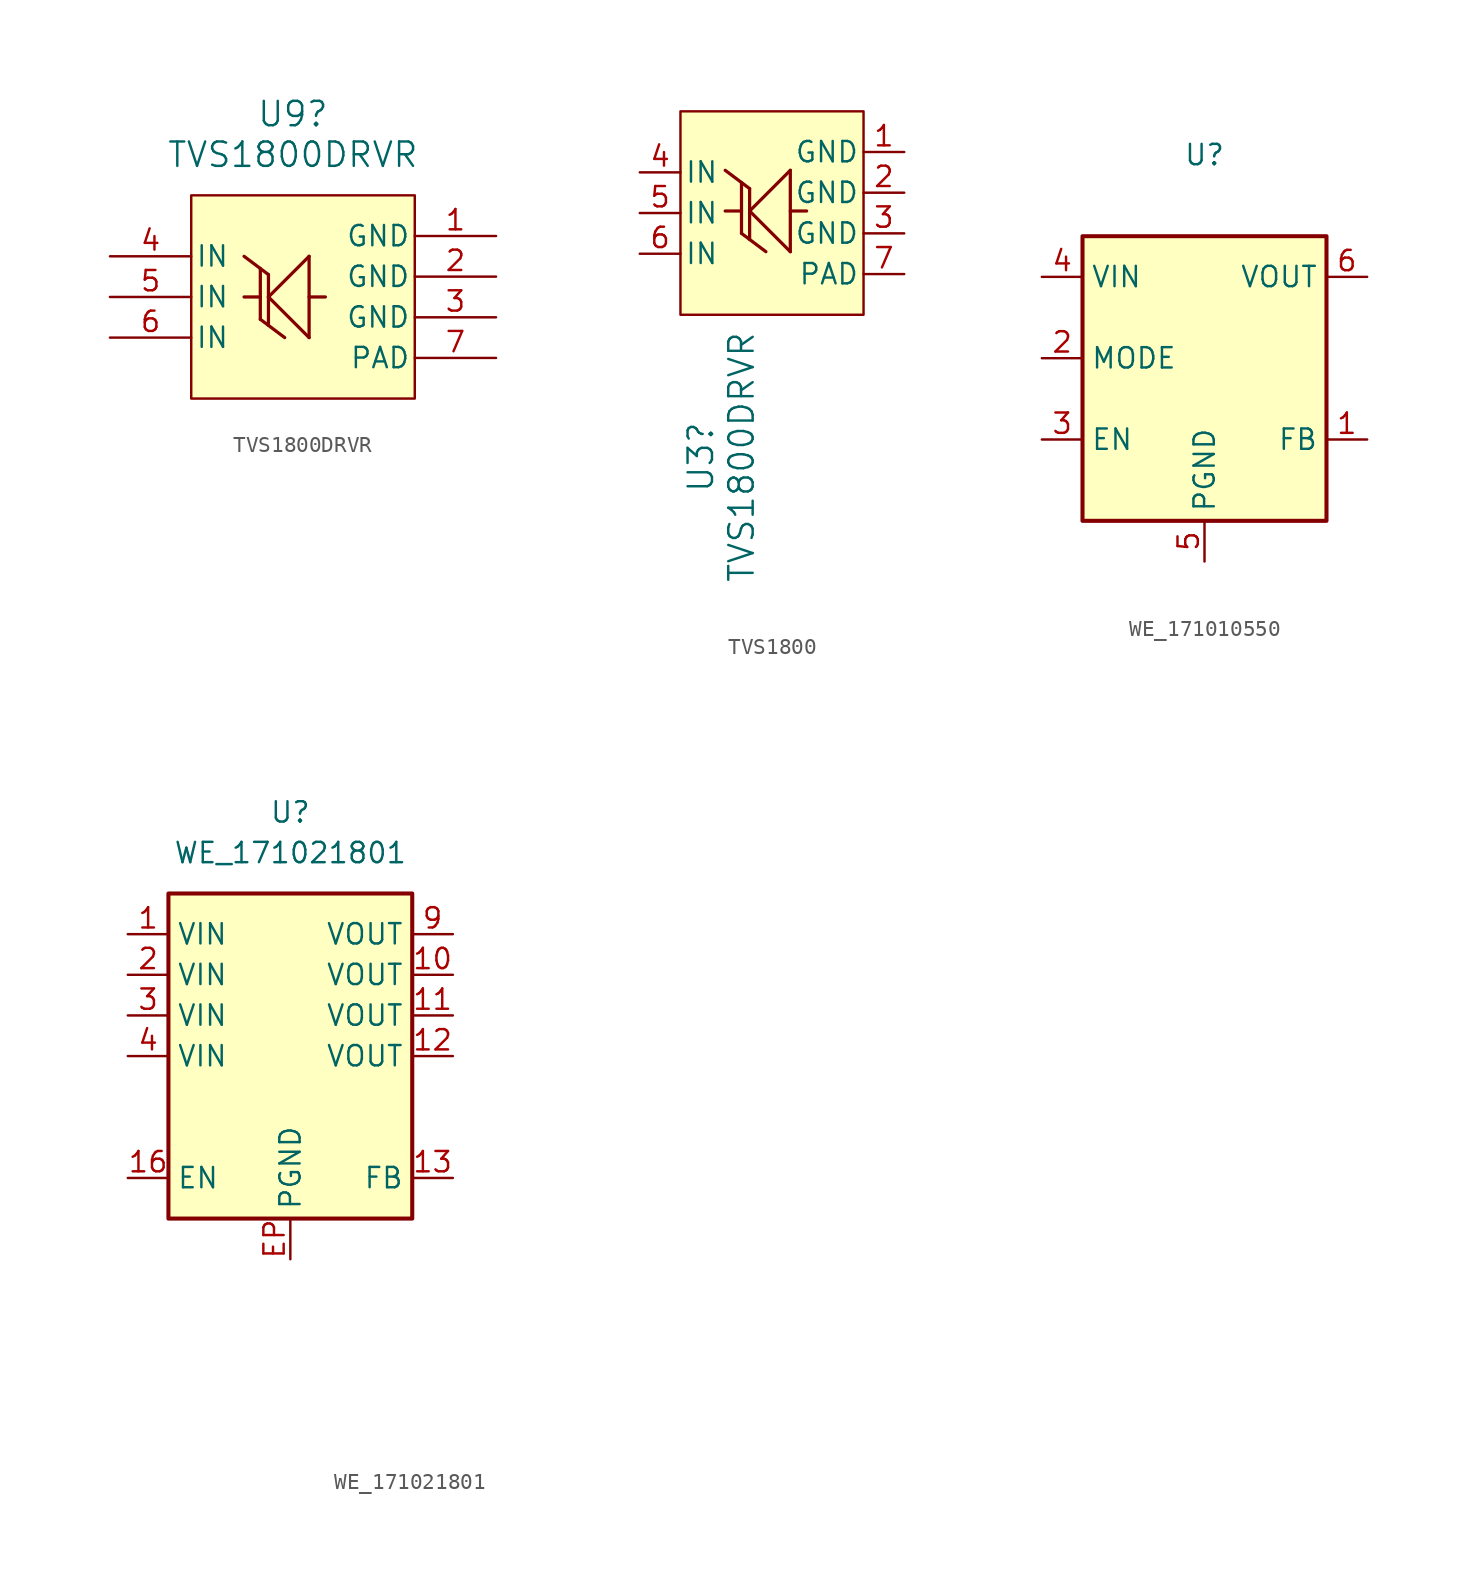
<source format=kicad_sym>
(kicad_symbol_lib
  (version 20220914)
  (generator kicad_symbol_editor)
  (symbol "TVS1800DRVR"
    (pin_names
      (offset 0.254))
    (property "Reference" "U9"
      (at 0 11.43 0)
      (effects (font (size 1.524 1.524))))
    (property "Value" "TVS1800DRVR"
      (at 0 8.89 0)
      (effects (font (size 1.524 1.524))))
    (property "ki_locked" ""
      (at 0 0 0)
      (effects (font (size 1.27 1.27))))
    (symbol "TVS1800DRVR_0_1"
      (polyline (pts (xy -2.032 -1.397) (xy -0.508 -2.54)) (stroke (width 0.203) (type default)) (fill (type none)))
      (polyline (pts (xy -2.032 0) (xy -3.048 0)) (stroke (width 0.203) (type default)) (fill (type none)))
      (polyline (pts (xy -2.032 0) (xy -2.032 -1.397)) (stroke (width 0.203) (type default)) (fill (type none)))
      (polyline (pts (xy -2.032 1.778) (xy -2.032 0)) (stroke (width 0.203) (type default)) (fill (type none)))
      (polyline (pts (xy -1.524 -1.778) (xy -1.524 0)) (stroke (width 0.203) (type default)) (fill (type none)))
      (polyline (pts (xy -1.524 0) (xy -1.524 1.397)) (stroke (width 0.203) (type default)) (fill (type none)))
      (polyline (pts (xy -1.524 0) (xy 1.016 -2.54)) (stroke (width 0.203) (type default)) (fill (type none)))
      (polyline (pts (xy -1.524 1.397) (xy -3.048 2.54)) (stroke (width 0.203) (type default)) (fill (type none)))
      (polyline (pts (xy 1.016 -2.54) (xy 1.016 2.54)) (stroke (width 0.203) (type default)) (fill (type none)))
      (polyline (pts (xy 1.016 2.54) (xy -1.524 0)) (stroke (width 0.203) (type default)) (fill (type none)))
      (polyline (pts (xy 2.032 0) (xy 1.016 0)) (stroke (width 0.203) (type default)) (fill (type none)))
      (pin unspecified line (at 12.7 3.81 180) (length 5.08) (name "GND" (effects (font (size 1.27 1.27)))) (number "1" (effects (font (size 1.27 1.27)))))
      (pin unspecified line (at 12.7 1.27 180) (length 5.08) (name "GND" (effects (font (size 1.27 1.27)))) (number "2" (effects (font (size 1.27 1.27)))))
      (pin unspecified line (at 12.7 -1.27 180) (length 5.08) (name "GND" (effects (font (size 1.27 1.27)))) (number "3" (effects (font (size 1.27 1.27)))))
      (pin unspecified line (at -11.43 2.54 0) (length 5.08) (name "IN" (effects (font (size 1.27 1.27)))) (number "4" (effects (font (size 1.27 1.27)))))
      (pin unspecified line (at -11.43 0 0) (length 5.08) (name "IN" (effects (font (size 1.27 1.27)))) (number "5" (effects (font (size 1.27 1.27)))))
      (pin unspecified line (at -11.43 -2.54 0) (length 5.08) (name "IN" (effects (font (size 1.27 1.27)))) (number "6" (effects (font (size 1.27 1.27)))))
      (pin unspecified line (at 12.7 -3.81 180) (length 5.08) (name "PAD" (effects (font (size 1.27 1.27)))) (number "7" (effects (font (size 1.27 1.27))))))
    (symbol "TVS1800DRVR_1_1"
      (rectangle (start -6.35 6.35) (end 7.62 -6.35) (stroke (width 0) (type default)) (fill (type background)))))
  (symbol "TVS1800"
    (pin_names
      (offset 0.254))
    (property "Reference" "U3"
      (at -2.54 -15.24 90)
      (effects (font (size 1.524 1.524))))
    (property "Value" "TVS1800DRVR"
      (at 0 -15.24 90)
      (effects (font (size 1.524 1.524))))
    (property "ki_locked" ""
      (at 0 0 0)
      (effects (font (size 1.27 1.27))))
    (symbol "TVS1800_0_1"
      (polyline (pts (xy 0 -1.27) (xy 1.524 -2.413)) (stroke (width 0.203) (type default)) (fill (type none)))
      (polyline (pts (xy 0 0.127) (xy -1.016 0.127)) (stroke (width 0.203) (type default)) (fill (type none)))
      (polyline (pts (xy 0 0.127) (xy 0 -1.27)) (stroke (width 0.203) (type default)) (fill (type none)))
      (polyline (pts (xy 0 1.905) (xy 0 0.127)) (stroke (width 0.203) (type default)) (fill (type none)))
      (polyline (pts (xy 0.508 -1.651) (xy 0.508 0.127)) (stroke (width 0.203) (type default)) (fill (type none)))
      (polyline (pts (xy 0.508 0.127) (xy 0.508 1.524)) (stroke (width 0.203) (type default)) (fill (type none)))
      (polyline (pts (xy 0.508 0.127) (xy 3.048 -2.413)) (stroke (width 0.203) (type default)) (fill (type none)))
      (polyline (pts (xy 0.508 1.524) (xy -1.016 2.667)) (stroke (width 0.203) (type default)) (fill (type none)))
      (polyline (pts (xy 3.048 -2.413) (xy 3.048 2.667)) (stroke (width 0.203) (type default)) (fill (type none)))
      (polyline (pts (xy 3.048 2.667) (xy 0.508 0.127)) (stroke (width 0.203) (type default)) (fill (type none)))
      (polyline (pts (xy 4.064 0.127) (xy 3.048 0.127)) (stroke (width 0.203) (type default)) (fill (type none)))
      (pin unspecified line (at 10.16 3.81 180) (length 2.54) (name "GND" (effects (font (size 1.27 1.27)))) (number "1" (effects (font (size 1.27 1.27)))))
      (pin unspecified line (at 10.16 1.27 180) (length 2.54) (name "GND" (effects (font (size 1.27 1.27)))) (number "2" (effects (font (size 1.27 1.27)))))
      (pin unspecified line (at 10.16 -1.27 180) (length 2.54) (name "GND" (effects (font (size 1.27 1.27)))) (number "3" (effects (font (size 1.27 1.27)))))
      (pin unspecified line (at -6.35 2.54 0) (length 2.54) (name "IN" (effects (font (size 1.27 1.27)))) (number "4" (effects (font (size 1.27 1.27)))))
      (pin unspecified line (at -6.35 0 0) (length 2.54) (name "IN" (effects (font (size 1.27 1.27)))) (number "5" (effects (font (size 1.27 1.27)))))
      (pin unspecified line (at -6.35 -2.54 0) (length 2.54) (name "IN" (effects (font (size 1.27 1.27)))) (number "6" (effects (font (size 1.27 1.27)))))
      (pin unspecified line (at 10.16 -3.81 180) (length 2.54) (name "PAD" (effects (font (size 1.27 1.27)))) (number "7" (effects (font (size 1.27 1.27))))))
    (symbol "TVS1800_1_1"
      (rectangle (start -3.81 6.35) (end 7.62 -6.35) (stroke (width 0) (type default)) (fill (type background)))))
  (symbol "WE_171010550"
    (property "Reference" "U"
      (at 0 15.24 0)
      (effects (font (size 1.27 1.27))))
    (property "Value" ""
      (at 0 17.78 0)
      (effects (font (size 1.27 1.27))))
    (symbol "WE_171010550_1_1"
      (rectangle (start -7.62 10.16) (end 7.62 -7.62) (stroke (width 0.254) (type default)) (fill (type background)))
      (pin input line (at 10.16 -2.54 180) (length 2.54) (name "FB" (effects (font (size 1.27 1.27)))) (number "1" (effects (font (size 1.27 1.27)))))
      (pin input line (at -10.16 2.54 0) (length 2.54) (name "MODE" (effects (font (size 1.27 1.27)))) (number "2" (effects (font (size 1.27 1.27)))))
      (pin input line (at -10.16 -2.54 0) (length 2.54) (name "EN" (effects (font (size 1.27 1.27)))) (number "3" (effects (font (size 1.27 1.27)))))
      (pin input line (at -10.16 7.62 0) (length 2.54) (name "VIN" (effects (font (size 1.27 1.27)))) (number "4" (effects (font (size 1.27 1.27)))))
      (pin input line (at 0 -10.16 90) (length 2.54) (name "PGND" (effects (font (size 1.27 1.27)))) (number "5" (effects (font (size 1.27 1.27)))))
      (pin input line (at 10.16 7.62 180) (length 2.54) (name "VOUT" (effects (font (size 1.27 1.27)))) (number "6" (effects (font (size 1.27 1.27)))))))
  (symbol "WE_171021801"
    (property "Reference" "U"
      (at 0 15.24 0)
      (effects (font (size 1.27 1.27))))
    (property "Value" "WE_171021801"
      (at 0 12.7 0)
      (effects (font (size 1.27 1.27))))
    (symbol "WE_171021801_1_1"
      (rectangle (start -7.62 10.16) (end 7.62 -10.16) (stroke (width 0.254) (type default)) (fill (type background)))
      (text private "Device features \nnumerous NC pins\nI've left invisible\nhere" (at 7.62 -17.78 0) (effects (font (size 1.27 1.27)) (justify left)))
      (pin input line (at -10.16 7.62 0) (length 2.54) (name "VIN" (effects (font (size 1.27 1.27)))) (number "1" (effects (font (size 1.27 1.27)))))
      (pin input line (at 10.16 5.08 180) (length 2.54) (name "VOUT" (effects (font (size 1.27 1.27)))) (number "10" (effects (font (size 1.27 1.27)))))
      (pin input line (at 10.16 2.54 180) (length 2.54) (name "VOUT" (effects (font (size 1.27 1.27)))) (number "11" (effects (font (size 1.27 1.27)))))
      (pin input line (at 10.16 0 180) (length 2.54) (name "VOUT" (effects (font (size 1.27 1.27)))) (number "12" (effects (font (size 1.27 1.27)))))
      (pin input line (at 10.16 -7.62 180) (length 2.54) (name "FB" (effects (font (size 1.27 1.27)))) (number "13" (effects (font (size 1.27 1.27)))))
      (pin no_connect line (at 5.08 -12.7 90) (length 2.54) hide (name "NC" (effects (font (size 1.27 1.27)))) (number "14" (effects (font (size 1.27 1.27)))))
      (pin no_connect line (at 5.08 -12.7 90) (length 2.54) hide (name "NC" (effects (font (size 1.27 1.27)))) (number "15" (effects (font (size 1.27 1.27)))))
      (pin input line (at -10.16 -7.62 0) (length 2.54) (name "EN" (effects (font (size 1.27 1.27)))) (number "16" (effects (font (size 1.27 1.27)))))
      (pin input line (at -10.16 5.08 0) (length 2.54) (name "VIN" (effects (font (size 1.27 1.27)))) (number "2" (effects (font (size 1.27 1.27)))))
      (pin input line (at -10.16 2.54 0) (length 2.54) (name "VIN" (effects (font (size 1.27 1.27)))) (number "3" (effects (font (size 1.27 1.27)))))
      (pin input line (at -10.16 0 0) (length 2.54) (name "VIN" (effects (font (size 1.27 1.27)))) (number "4" (effects (font (size 1.27 1.27)))))
      (pin no_connect line (at 5.08 -12.7 90) (length 2.54) hide (name "NC" (effects (font (size 1.27 1.27)))) (number "5" (effects (font (size 1.27 1.27)))))
      (pin no_connect line (at 5.08 -12.7 90) (length 2.54) hide (name "NC" (effects (font (size 1.27 1.27)))) (number "6" (effects (font (size 1.27 1.27)))))
      (pin no_connect line (at 5.08 -12.7 90) (length 2.54) hide (name "NC" (effects (font (size 1.27 1.27)))) (number "7" (effects (font (size 1.27 1.27)))))
      (pin no_connect line (at 5.08 -12.7 90) (length 2.54) hide (name "NC" (effects (font (size 1.27 1.27)))) (number "8" (effects (font (size 1.27 1.27)))))
      (pin input line (at 10.16 7.62 180) (length 2.54) (name "VOUT" (effects (font (size 1.27 1.27)))) (number "9" (effects (font (size 1.27 1.27)))))
      (pin input line (at 0 -12.7 90) (length 2.54) (name "PGND" (effects (font (size 1.27 1.27)))) (number "EP" (effects (font (size 1.27 1.27))))))))
</source>
